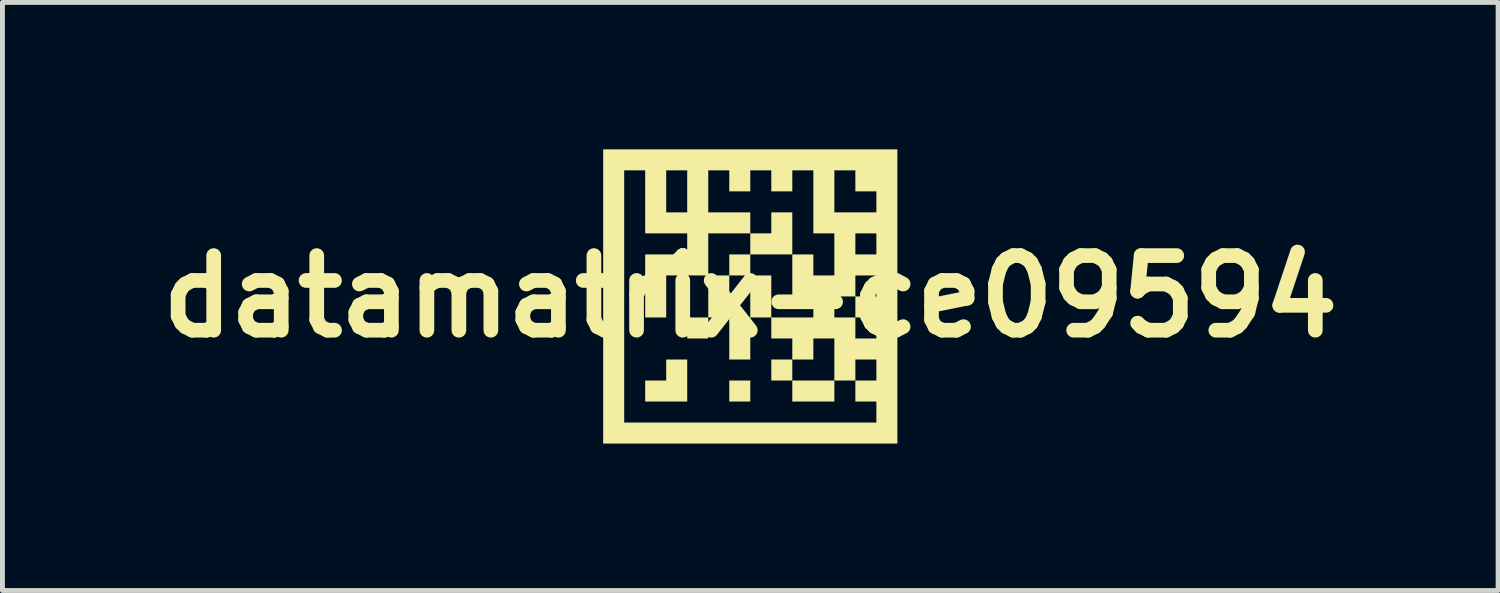
<source format=kicad_pcb>
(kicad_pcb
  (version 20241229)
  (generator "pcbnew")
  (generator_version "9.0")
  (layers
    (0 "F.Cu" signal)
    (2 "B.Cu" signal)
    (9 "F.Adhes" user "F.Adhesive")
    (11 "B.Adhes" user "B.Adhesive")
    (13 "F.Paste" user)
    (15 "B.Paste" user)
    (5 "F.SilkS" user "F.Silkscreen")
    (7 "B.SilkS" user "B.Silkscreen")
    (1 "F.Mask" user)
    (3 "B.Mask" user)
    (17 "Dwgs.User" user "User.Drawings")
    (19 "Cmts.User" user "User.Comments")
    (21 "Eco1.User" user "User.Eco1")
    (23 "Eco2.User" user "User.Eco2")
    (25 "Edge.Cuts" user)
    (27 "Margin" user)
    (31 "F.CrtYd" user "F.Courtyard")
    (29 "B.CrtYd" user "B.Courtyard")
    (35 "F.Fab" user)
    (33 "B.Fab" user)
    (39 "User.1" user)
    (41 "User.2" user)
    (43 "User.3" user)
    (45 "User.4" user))
  (footprint "datamatrix-ce09594"
    (layer "F.Cu")
    (at 12.272 3.004)
    (property "Reference" "datamatrix-ce09594" (at 0 0 0) (layer "F.SilkS") (effects (font (size 1.524 1.524) (thickness 0.3))))
    (attr board_only exclude_from_pos_files exclude_from_bom)
    (fp_poly (pts (xy -0.858 0.858) (xy -1.288 0.858) (xy -1.288 0.429) (xy -0.858 0.429)) (stroke (width 0) (type solid)) (fill yes) (layer "F.SilkS"))
    (fp_poly (pts (xy 0 2.146) (xy -0.429 2.146) (xy -0.429 1.717) (xy 0 1.717)) (stroke (width 0) (type solid)) (fill yes) (layer "F.SilkS"))
    (fp_poly (pts (xy 0.858 1.717) (xy 0.429 1.717) (xy 0.429 1.288) (xy 0.858 1.288)) (stroke (width 0) (type solid)) (fill yes) (layer "F.SilkS"))
    (fp_poly (pts (xy 1.717 2.146) (xy 0.858 2.146) (xy 0.858 1.717) (xy 1.717 1.717)) (stroke (width 0) (type solid)) (fill yes) (layer "F.SilkS"))
    (fp_poly (pts (xy -1.288 2.146) (xy -2.146 2.146) (xy -2.146 1.717) (xy -1.717 1.717) (xy -1.717 1.288) (xy -1.288 1.288)) (stroke (width 0) (type solid)) (fill yes) (layer "F.SilkS"))
    (fp_poly (pts (xy 0.858 -0.858) (xy 0 -0.858) (xy 0 -1.288) (xy 0.429 -1.288) (xy 0.429 -1.717) (xy 0.858 -1.717)) (stroke (width 0) (type solid)) (fill yes) (layer "F.SilkS"))
    (fp_poly (pts (xy -0.858 -0.429) (xy -0.429 -0.429) (xy -0.429 -0.858) (xy 0 -0.858) (xy 0 -0.429) (xy 0.429 -0.429) (xy 0.429 0.429) (xy 0 0.429) (xy 0 1.288) (xy -0.429 1.288) (xy -0.429 0.429) (xy 0 0.429) (xy 0 -0.429) (xy -0.429 -0.429) (xy -0.429 0.429) (xy -0.858 0.429)) (stroke (width 0) (type solid)) (fill yes) (layer "F.SilkS"))
    (fp_poly (pts (xy 3.004 3.004) (xy -3.004 3.004) (xy -3.004 2.575) (xy -2.575 2.575) (xy 2.575 2.575) (xy 2.575 2.146) (xy 2.146 2.146) (xy 2.146 1.717) (xy 2.575 1.717) (xy 2.575 1.288) (xy 2.146 1.288) (xy 2.146 1.717) (xy 1.717 1.717) (xy 1.717 0.858) (xy 2.146 0.858) (xy 2.575 0.858) (xy 2.575 0.429) (xy 2.146 0.429) (xy 2.146 0.858) (xy 1.717 0.858) (xy 1.288 0.858) (xy 1.288 1.288) (xy 0.858 1.288) (xy 0.858 0.858) (xy 0.429 0.858) (xy 0.429 0.429) (xy 1.288 0.429) (xy 1.717 0.429) (xy 2.146 0.429) (xy 2.146 0) (xy 2.575 0) (xy 2.575 -0.429) (xy 2.146 -0.429) (xy 2.146 0) (xy 1.717 0) (xy 1.717 0.429) (xy 1.288 0.429) (xy 1.288 0) (xy 0.858 0) (xy 0.858 -0.858) (xy 1.288 -0.858) (xy 1.288 -0.429) (xy 1.717 -0.429) (xy 1.717 -0.858) (xy 2.146 -0.858) (xy 2.575 -0.858) (xy 2.575 -1.288) (xy 2.146 -1.288) (xy 2.146 -0.858) (xy 1.717 -0.858) (xy 1.717 -1.288) (xy 1.288 -1.288) (xy 1.288 -1.717) (xy 1.717 -1.717) (xy 2.575 -1.717) (xy 2.575 -2.146) (xy 2.146 -2.146) (xy 2.146 -2.575) (xy 1.717 -2.575) (xy 1.717 -1.717) (xy 1.288 -1.717) (xy 1.288 -2.575) (xy 0.858 -2.575) (xy 0.858 -2.146) (xy 0.429 -2.146) (xy 0.429 -2.575) (xy 0 -2.575) (xy 0 -2.146) (xy -0.429 -2.146) (xy -0.429 -2.575) (xy -0.858 -2.575) (xy -0.858 -1.717) (xy 0 -1.717) (xy 0 -1.288) (xy -0.858 -1.288) (xy -0.858 -0.429) (xy -1.717 -0.429) (xy -1.717 0.429) (xy -2.146 0.429) (xy -2.146 -0.858) (xy -1.288 -0.858) (xy -1.288 -1.288) (xy -2.146 -1.288) (xy -2.146 -1.717) (xy -1.717 -1.717) (xy -1.288 -1.717) (xy -1.288 -2.575) (xy -1.717 -2.575) (xy -1.717 -1.717) (xy -2.146 -1.717) (xy -2.146 -2.575) (xy -2.575 -2.575) (xy -2.575 2.575) (xy -3.004 2.575) (xy -3.004 -3.004) (xy 3.004 -3.004)) (stroke (width 0) (type solid)) (fill yes) (layer "F.SilkS")))
  (gr_rect
    (start -3 -3)
    (end 27.544 9.009)
    (stroke (width 0.1) (type default))
    (fill no)
    (layer "Edge.Cuts")))
</source>
